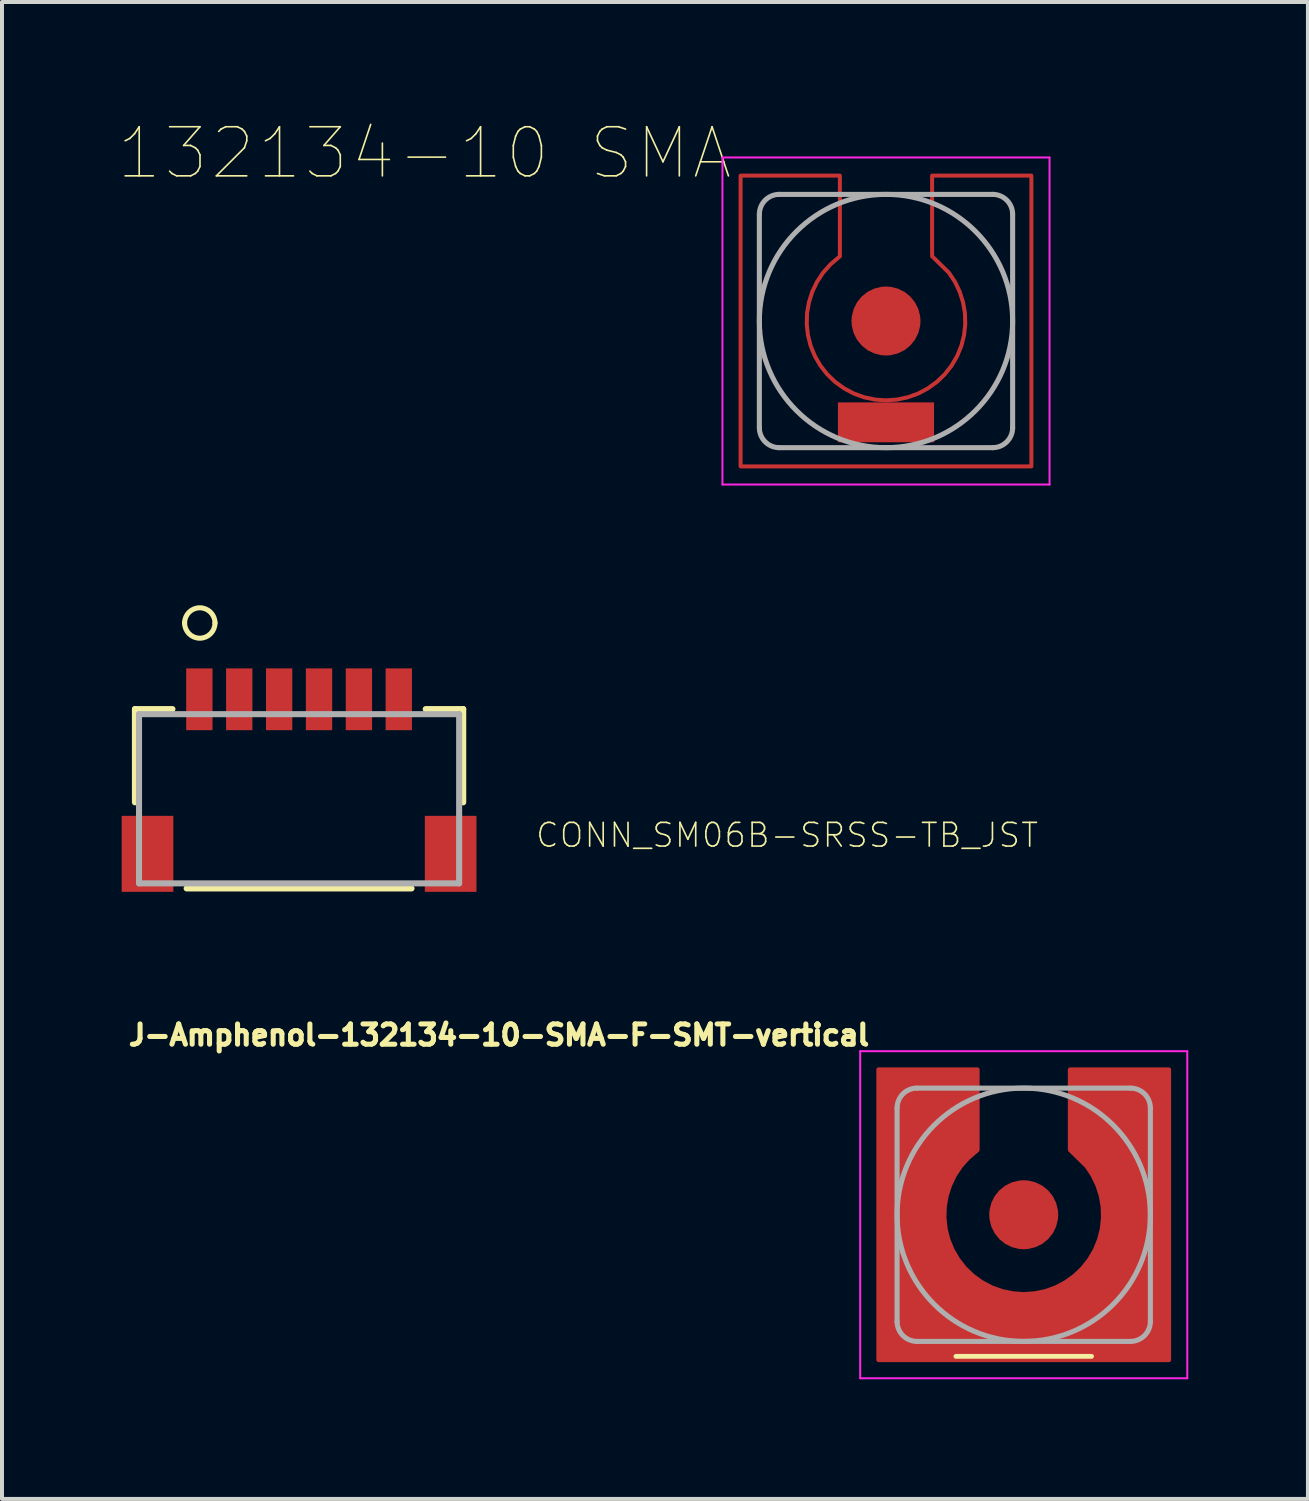
<source format=kicad_pcb>
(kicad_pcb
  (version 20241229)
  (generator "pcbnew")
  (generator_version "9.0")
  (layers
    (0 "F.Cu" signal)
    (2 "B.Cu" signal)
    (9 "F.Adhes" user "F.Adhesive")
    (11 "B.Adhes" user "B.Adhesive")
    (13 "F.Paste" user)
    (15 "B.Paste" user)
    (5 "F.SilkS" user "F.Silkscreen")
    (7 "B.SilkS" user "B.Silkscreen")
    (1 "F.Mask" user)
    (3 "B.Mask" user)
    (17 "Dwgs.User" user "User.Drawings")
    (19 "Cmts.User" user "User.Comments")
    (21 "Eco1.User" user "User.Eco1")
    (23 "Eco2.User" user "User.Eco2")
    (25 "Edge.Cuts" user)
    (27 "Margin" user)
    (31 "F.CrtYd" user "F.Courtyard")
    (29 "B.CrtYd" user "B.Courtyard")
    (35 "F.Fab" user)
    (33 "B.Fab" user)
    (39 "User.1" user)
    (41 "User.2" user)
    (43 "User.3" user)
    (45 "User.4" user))
  (footprint "J-Amphenol-132134-10-SMA-F-SMT-vertical"
    (layer "F.Cu")
    (at 22.615 27.404)
    (property "Reference" "J-Amphenol-132134-10-SMA-F-SMT-vertical" (at -3.806 -4.207 180) (layer "F.SilkS") (effects (font (size 0.508 0.508) (thickness 0.127)) (justify right bottom)))
    (fp_poly (pts (xy -3.81 3.81) (xy -1.205 3.81) (xy -1.27 -3.81) (xy -3.81 -3.81)) (stroke (width 0.1) (type solid)) (fill yes) (layer "F.Mask"))
    (fp_poly (pts (xy 1.27 3.81) (xy 3.81 3.81) (xy 3.81 -3.81) (xy 1.27 -3.81)) (stroke (width 0.1) (type solid)) (fill yes) (layer "F.Mask"))
    (fp_line (start -1.7 3.55) (end 1.7 3.55) (stroke (width 0.12) (type solid)) (layer "F.SilkS"))
    (fp_poly (pts (xy -3.53 3.45) (xy -1.676 3.45) (xy -1.676 1.596) (xy -3.53 1.596)) (stroke (width 0.1) (type solid)) (fill yes) (layer "F.Paste"))
    (fp_poly (pts (xy -3.5 -1.6) (xy -1.646 -1.6) (xy -1.646 -3.454) (xy -3.5 -3.454)) (stroke (width 0.1) (type solid)) (fill yes) (layer "F.Paste"))
    (fp_poly (pts (xy 1.57 -1.6) (xy 3.424 -1.6) (xy 3.424 -3.454) (xy 1.57 -3.454)) (stroke (width 0.1) (type solid)) (fill yes) (layer "F.Paste"))
    (fp_poly (pts (xy 1.57 3.4) (xy 3.424 3.4) (xy 3.424 1.546) (xy 1.57 1.546)) (stroke (width 0.1) (type solid)) (fill yes) (layer "F.Paste"))
    (fp_line (start -4.1 -4.1) (end 4.1 -4.1) (stroke (width 0.05) (type solid)) (layer "F.CrtYd"))
    (fp_line (start -4.1 4.1) (end -4.1 -4.1) (stroke (width 0.05) (type solid)) (layer "F.CrtYd"))
    (fp_line (start 4.1 -4.1) (end 4.1 4.1) (stroke (width 0.05) (type solid)) (layer "F.CrtYd"))
    (fp_line (start 4.1 4.1) (end -4.1 4.1) (stroke (width 0.05) (type solid)) (layer "F.CrtYd"))
    (fp_line (start -3.175 2.675) (end -3.175 -2.675) (stroke (width 0.127) (type solid)) (layer "F.Fab"))
    (fp_line (start -2.675 -3.175) (end 2.675 -3.175) (stroke (width 0.127) (type solid)) (layer "F.Fab"))
    (fp_line (start 2.675 3.175) (end -2.675 3.175) (stroke (width 0.127) (type solid)) (layer "F.Fab"))
    (fp_line (start 3.175 -2.675) (end 3.175 2.675) (stroke (width 0.127) (type solid)) (layer "F.Fab"))
    (fp_arc (start -3.175 -2.675) (mid -3.028553 -3.028553) (end -2.675 -3.175) (stroke (width 0.127) (type solid)) (layer "F.Fab"))
    (fp_arc (start -2.675 3.175) (mid -3.028553 3.028553) (end -3.175 2.675) (stroke (width 0.127) (type solid)) (layer "F.Fab"))
    (fp_arc (start 2.675 -3.175) (mid 3.028553 -3.028553) (end 3.175 -2.675) (stroke (width 0.127) (type solid)) (layer "F.Fab"))
    (fp_arc (start 3.175 2.675) (mid 3.028553 3.028553) (end 2.675 3.175) (stroke (width 0.127) (type solid)) (layer "F.Fab"))
    (fp_circle (center 0 0) (end 3.175 0) (stroke (width 0.127) (type solid)) (fill no) (layer "F.Fab"))
    (pad "1" smd roundrect (at 0 0) (size 1.73 1.73) (layers "F.Cu" "F.Mask" "F.Paste") (roundrect_rratio 0.5))
    (pad "2" smd custom (at 0 3) (size 1 0.5) (layers "F.Cu") (options (anchor rect)) (primitives (gr_poly (pts (xy -1.156 -4.622) (xy -1.392 -4.42) (xy -1.576 -4.214) (xy -1.729 -3.983) (xy -1.848 -3.734) (xy -1.932 -3.47) (xy -1.979 -3.198) (xy -1.987 -2.921) (xy -1.957 -2.646) (xy -1.889 -2.378) (xy -1.784 -2.122) (xy -1.645 -1.883) (xy -1.474 -1.665) (xy -1.275 -1.474) (xy -1.051 -1.312) (xy -0.807 -1.182) (xy -0.547 -1.088) (xy -0.276 -1.031) (xy 0 -1.011) (xy 0.276 -1.031) (xy 0.547 -1.088) (xy 0.807 -1.182) (xy 1.051 -1.312) (xy 1.275 -1.474) (xy 1.474 -1.665) (xy 1.645 -1.883) (xy 1.784 -2.122) (xy 1.889 -2.378) (xy 1.957 -2.646) (xy 1.987 -2.921) (xy 1.979 -3.198) (xy 1.932 -3.47) (xy 1.848 -3.734) (xy 1.729 -3.983) (xy 1.577 -4.212) (xy 1.156 -4.624) (xy 1.156 -6.645) (xy 3.645 -6.645) (xy 3.645 0.645) (xy -3.645 0.645) (xy -3.645 -6.645) (xy -1.156 -6.645)) (width 0.1) (fill yes)))))
  (footprint "132134-10 SMA"
    (layer "F.Cu")
    (at 19.162 4.998)
    (property "Reference" "132134-10 SMA" (at -3.806 -4.207 180) (layer "F.SilkS") (effects (font (size 1.231 1.231) (thickness 0.041)) (justify right)))
    (fp_poly (pts (xy -1.156 -1.622) (xy -1.392 -1.42) (xy -1.576 -1.214) (xy -1.729 -0.983) (xy -1.848 -0.734) (xy -1.932 -0.47) (xy -1.979 -0.198) (xy -1.987 0.079) (xy -1.957 0.354) (xy -1.889 0.622) (xy -1.784 0.878) (xy -1.645 1.117) (xy -1.474 1.335) (xy -1.275 1.526) (xy -1.051 1.688) (xy -0.807 1.818) (xy -0.547 1.912) (xy -0.276 1.969) (xy 0 1.989) (xy 0.276 1.969) (xy 0.547 1.912) (xy 0.807 1.818) (xy 1.051 1.688) (xy 1.275 1.526) (xy 1.474 1.335) (xy 1.645 1.117) (xy 1.784 0.878) (xy 1.889 0.622) (xy 1.957 0.354) (xy 1.987 0.079) (xy 1.979 -0.198) (xy 1.932 -0.47) (xy 1.848 -0.734) (xy 1.729 -0.983) (xy 1.577 -1.212) (xy 1.156 -1.624) (xy 1.156 -3.645) (xy 3.645 -3.645) (xy 3.645 3.645) (xy -3.645 3.645) (xy -3.645 -3.645) (xy -1.156 -3.645)) (stroke (width 0.1) (type solid)) (fill no) (layer "F.Cu"))
    (fp_poly (pts (xy -3.429 -1.016) (xy 3.429 -1.016) (xy 3.429 -3.429) (xy -3.429 -3.429)) (stroke (width 0.1) (type solid)) (fill no) (layer "F.Mask"))
    (fp_poly (pts (xy -3.429 -0.762) (xy -0.635 -0.762) (xy -0.635 -1.143) (xy -3.429 -1.143)) (stroke (width 0.1) (type solid)) (fill no) (layer "F.Mask"))
    (fp_poly (pts (xy -3.429 3.429) (xy 3.429 3.429) (xy 3.429 -0.889) (xy -3.429 -0.889)) (stroke (width 0.1) (type solid)) (fill no) (layer "F.Mask"))
    (fp_poly (pts (xy 0.635 -0.762) (xy 3.429 -0.762) (xy 3.429 -1.143) (xy 0.635 -1.143)) (stroke (width 0.1) (type solid)) (fill no) (layer "F.Mask"))
    (fp_poly (pts (xy 0.635 -0.762) (xy 3.429 -0.762) (xy 3.429 -1.143) (xy 0.635 -1.143)) (stroke (width 0.1) (type solid)) (fill no) (layer "F.Mask"))
    (fp_poly (pts (xy -3.302 -1.448) (xy -1.448 -1.448) (xy -1.448 -3.302) (xy -3.302 -3.302)) (stroke (width 0.1) (type solid)) (fill no) (layer "F.Paste"))
    (fp_poly (pts (xy -3.302 3.302) (xy -1.448 3.302) (xy -1.448 1.448) (xy -3.302 1.448)) (stroke (width 0.1) (type solid)) (fill no) (layer "F.Paste"))
    (fp_poly (pts (xy 1.448 -1.448) (xy 3.302 -1.448) (xy 3.302 -3.302) (xy 1.448 -3.302)) (stroke (width 0.1) (type solid)) (fill no) (layer "F.Paste"))
    (fp_poly (pts (xy 1.448 3.302) (xy 3.302 3.302) (xy 3.302 1.448) (xy 1.448 1.448)) (stroke (width 0.1) (type solid)) (fill no) (layer "F.Paste"))
    (fp_line (start -4.1 -4.1) (end 4.1 -4.1) (stroke (width 0.05) (type solid)) (layer "F.CrtYd"))
    (fp_line (start -4.1 4.1) (end -4.1 -4.1) (stroke (width 0.05) (type solid)) (layer "F.CrtYd"))
    (fp_line (start 4.1 -4.1) (end 4.1 4.1) (stroke (width 0.05) (type solid)) (layer "F.CrtYd"))
    (fp_line (start 4.1 4.1) (end -4.1 4.1) (stroke (width 0.05) (type solid)) (layer "F.CrtYd"))
    (fp_line (start -3.175 2.675) (end -3.175 -2.675) (stroke (width 0.127) (type solid)) (layer "F.Fab"))
    (fp_line (start -2.675 -3.175) (end 2.675 -3.175) (stroke (width 0.127) (type solid)) (layer "F.Fab"))
    (fp_line (start 2.675 3.175) (end -2.675 3.175) (stroke (width 0.127) (type solid)) (layer "F.Fab"))
    (fp_line (start 3.175 -2.675) (end 3.175 2.675) (stroke (width 0.127) (type solid)) (layer "F.Fab"))
    (fp_arc (start -3.175 -2.675) (mid -3.028553 -3.028553) (end -2.675 -3.175) (stroke (width 0.127) (type solid)) (layer "F.Fab"))
    (fp_arc (start -2.675 3.175) (mid -3.028553 3.028553) (end -3.175 2.675) (stroke (width 0.127) (type solid)) (layer "F.Fab"))
    (fp_arc (start 2.675 -3.175) (mid 3.028553 -3.028553) (end 3.175 -2.675) (stroke (width 0.127) (type solid)) (layer "F.Fab"))
    (fp_arc (start 3.175 2.675) (mid 3.028553 3.028553) (end 2.675 3.175) (stroke (width 0.127) (type solid)) (layer "F.Fab"))
    (fp_circle (center 0 0) (end 3.175 0) (stroke (width 0.127) (type solid)) (fill no) (layer "F.Fab"))
    (pad "CENTER" smd roundrect (at 0 0) (size 1.73 1.73) (layers "F.Cu" "F.Paste") (roundrect_rratio 0.5))
    (pad "SHIELD" smd rect (at 0 2.54) (size 2.41 1) (layers "F.Cu")))
  (footprint "CONN_SM06B-SRSS-TB_JST"
    (layer "F.Cu")
    (at 4.448 16.988)
    (property "Reference" "CONN_SM06B-SRSS-TB_JST" (at 5.9 0.9 180) (layer "F.SilkS") (effects (font (size 0.594 0.594) (thickness 0.041)) (justify left)))
    (fp_line (start -4.115 -2.261) (end -4.115 0.076) (stroke (width 0.152) (type solid)) (layer "F.SilkS"))
    (fp_line (start -3.175 -2.261) (end -4.115 -2.261) (stroke (width 0.152) (type solid)) (layer "F.SilkS"))
    (fp_line (start -2.819 2.235) (end 2.819 2.235) (stroke (width 0.152) (type solid)) (layer "F.SilkS"))
    (fp_line (start 4.115 -2.261) (end 3.175 -2.261) (stroke (width 0.152) (type solid)) (layer "F.SilkS"))
    (fp_line (start 4.115 0.076) (end 4.115 -2.261) (stroke (width 0.152) (type solid)) (layer "F.SilkS"))
    (fp_arc (start -2.8702 -4.4196) (mid -2.4892 -4.8006) (end -2.1082 -4.4196) (stroke (width 0.127) (type solid)) (layer "F.SilkS"))
    (fp_arc (start -2.1082 -4.4196) (mid -2.4892 -4.0386) (end -2.8702 -4.4196) (stroke (width 0.127) (type solid)) (layer "F.SilkS"))
    (fp_line (start -4.013 -2.134) (end -4.013 2.108) (stroke (width 0.152) (type solid)) (layer "F.Fab"))
    (fp_line (start -4.013 2.108) (end 4.013 2.108) (stroke (width 0.152) (type solid)) (layer "F.Fab"))
    (fp_line (start 4.013 -2.134) (end -4.013 -2.134) (stroke (width 0.152) (type solid)) (layer "F.Fab"))
    (fp_line (start 4.013 2.108) (end 4.013 -2.134) (stroke (width 0.152) (type solid)) (layer "F.Fab"))
    (pad "1" smd rect (at -2.5 -2.507) (size 0.66 1.549) (layers "F.Cu" "F.Mask" "F.Paste"))
    (pad "2" smd rect (at -1.5 -2.507) (size 0.66 1.549) (layers "F.Cu" "F.Mask" "F.Paste"))
    (pad "3" smd rect (at -0.5 -2.507) (size 0.66 1.549) (layers "F.Cu" "F.Mask" "F.Paste"))
    (pad "4" smd rect (at 0.5 -2.507) (size 0.66 1.549) (layers "F.Cu" "F.Mask" "F.Paste"))
    (pad "5" smd rect (at 1.5 -2.507) (size 0.66 1.549) (layers "F.Cu" "F.Mask" "F.Paste"))
    (pad "6" smd rect (at 2.5 -2.507) (size 0.66 1.549) (layers "F.Cu" "F.Mask" "F.Paste"))
    (pad "7" smd rect (at -3.8 1.368 90) (size 1.905 1.295) (layers "F.Cu" "F.Mask" "F.Paste"))
    (pad "8" smd rect (at 3.8 1.368 90) (size 1.905 1.295) (layers "F.Cu" "F.Mask" "F.Paste")))
  (gr_rect
    (start -3 -3)
    (end 29.74 34.529)
    (stroke (width 0.1) (type default))
    (fill no)
    (layer "Edge.Cuts")))
</source>
